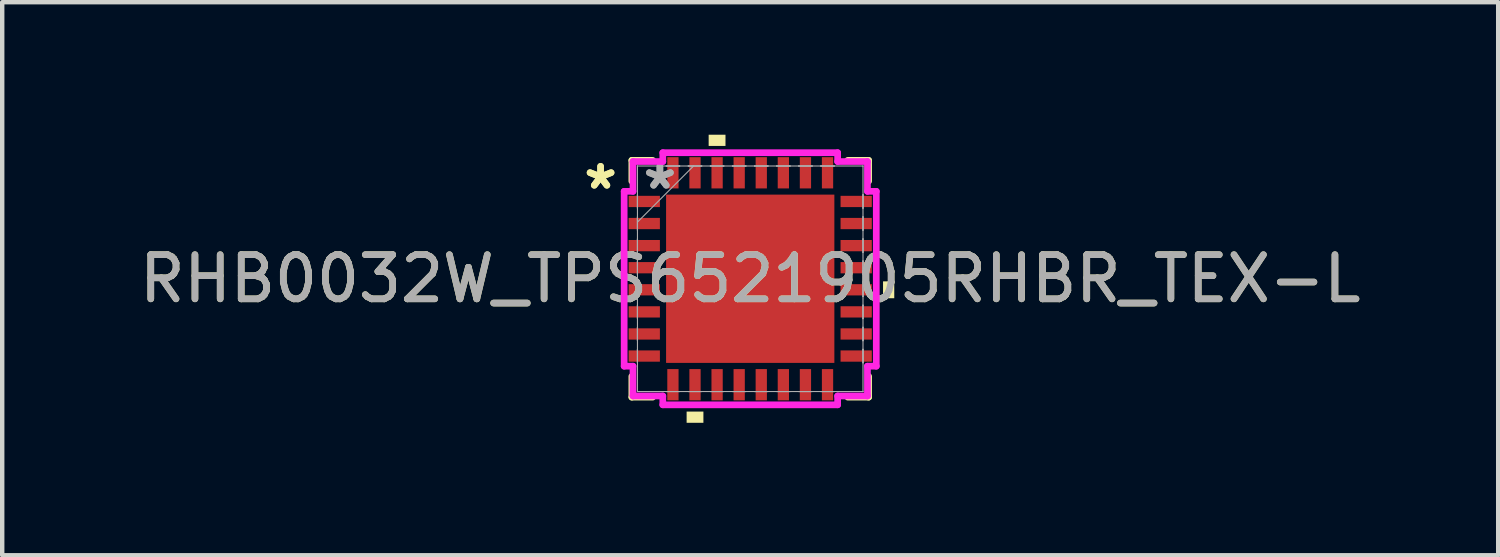
<source format=kicad_pcb>
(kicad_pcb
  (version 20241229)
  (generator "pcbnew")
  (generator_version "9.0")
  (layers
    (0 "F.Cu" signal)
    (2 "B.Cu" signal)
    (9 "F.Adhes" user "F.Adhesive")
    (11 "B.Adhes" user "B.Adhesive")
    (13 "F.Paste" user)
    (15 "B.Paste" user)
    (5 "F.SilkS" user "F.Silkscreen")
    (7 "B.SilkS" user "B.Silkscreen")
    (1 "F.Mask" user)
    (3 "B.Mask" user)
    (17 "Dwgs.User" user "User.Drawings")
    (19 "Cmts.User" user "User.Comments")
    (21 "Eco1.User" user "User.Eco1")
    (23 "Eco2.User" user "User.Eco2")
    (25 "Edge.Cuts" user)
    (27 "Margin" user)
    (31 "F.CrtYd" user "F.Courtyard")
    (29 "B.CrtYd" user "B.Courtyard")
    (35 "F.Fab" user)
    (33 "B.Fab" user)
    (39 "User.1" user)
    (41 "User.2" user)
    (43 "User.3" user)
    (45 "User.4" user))
  (footprint "RHB0032W_TPS6521905RHBR_TEX-L"
    (layer "F.Cu")
    (at 13.935 3.261)
    (property "Reference" "RHB0032W_TPS6521905RHBR_TEX-L" (at 0 0 0) (unlocked yes) (layer "F.SilkS") (effects (font (size 1 1) (thickness 0.15))))
    (attr smd)
    (fp_line (start -2.68 -2.68) (end -2.68 -2.21) (stroke (width 0.152) (type solid)) (layer "F.SilkS"))
    (fp_line (start -2.68 2.21) (end -2.68 2.68) (stroke (width 0.152) (type solid)) (layer "F.SilkS"))
    (fp_line (start -2.68 2.68) (end -2.21 2.68) (stroke (width 0.152) (type solid)) (layer "F.SilkS"))
    (fp_line (start -2.21 -2.68) (end -2.68 -2.68) (stroke (width 0.152) (type solid)) (layer "F.SilkS"))
    (fp_line (start 2.21 2.68) (end 2.68 2.68) (stroke (width 0.152) (type solid)) (layer "F.SilkS"))
    (fp_line (start 2.68 -2.68) (end 2.21 -2.68) (stroke (width 0.152) (type solid)) (layer "F.SilkS"))
    (fp_line (start 2.68 -2.21) (end 2.68 -2.68) (stroke (width 0.152) (type solid)) (layer "F.SilkS"))
    (fp_line (start 2.68 2.68) (end 2.68 2.21) (stroke (width 0.152) (type solid)) (layer "F.SilkS"))
    (fp_poly (pts (xy -1.44 3.007) (xy -1.44 3.261) (xy -1.06 3.261) (xy -1.06 3.007)) (stroke (width 0) (type solid)) (fill yes) (layer "F.SilkS"))
    (fp_poly (pts (xy -0.941 -3.007) (xy -0.941 -3.261) (xy -0.56 -3.261) (xy -0.56 -3.007)) (stroke (width 0) (type solid)) (fill yes) (layer "F.SilkS"))
    (fp_poly (pts (xy 3.261 0.059) (xy 3.261 0.441) (xy 3.007 0.441) (xy 3.007 0.059)) (stroke (width 0) (type solid)) (fill yes) (layer "F.SilkS"))
    (fp_poly (pts (xy -1.805 -1.805) (xy -1.805 -0.735) (xy -0.735 -0.735) (xy -0.735 -1.805)) (stroke (width 0) (type solid)) (fill yes) (layer "F.Paste"))
    (fp_poly (pts (xy -1.805 -0.535) (xy -1.805 0.535) (xy -0.735 0.535) (xy -0.735 -0.535)) (stroke (width 0) (type solid)) (fill yes) (layer "F.Paste"))
    (fp_poly (pts (xy -1.805 0.735) (xy -1.805 1.805) (xy -0.735 1.805) (xy -0.735 0.735)) (stroke (width 0) (type solid)) (fill yes) (layer "F.Paste"))
    (fp_poly (pts (xy -0.535 -1.805) (xy -0.535 -0.735) (xy 0.535 -0.735) (xy 0.535 -1.805)) (stroke (width 0) (type solid)) (fill yes) (layer "F.Paste"))
    (fp_poly (pts (xy -0.535 -0.535) (xy -0.535 0.535) (xy 0.535 0.535) (xy 0.535 -0.535)) (stroke (width 0) (type solid)) (fill yes) (layer "F.Paste"))
    (fp_poly (pts (xy -0.535 0.735) (xy -0.535 1.805) (xy 0.535 1.805) (xy 0.535 0.735)) (stroke (width 0) (type solid)) (fill yes) (layer "F.Paste"))
    (fp_poly (pts (xy 0.735 -1.805) (xy 0.735 -0.735) (xy 1.805 -0.735) (xy 1.805 -1.805)) (stroke (width 0) (type solid)) (fill yes) (layer "F.Paste"))
    (fp_poly (pts (xy 0.735 -0.535) (xy 0.735 0.535) (xy 1.805 0.535) (xy 1.805 -0.535)) (stroke (width 0) (type solid)) (fill yes) (layer "F.Paste"))
    (fp_poly (pts (xy 0.735 0.735) (xy 0.735 1.805) (xy 1.805 1.805) (xy 1.805 0.735)) (stroke (width 0) (type solid)) (fill yes) (layer "F.Paste"))
    (fp_line (start -2.854 -1.979) (end -2.654 -1.979) (stroke (width 0.152) (type solid)) (layer "F.CrtYd"))
    (fp_line (start -2.854 1.979) (end -2.854 -1.979) (stroke (width 0.152) (type solid)) (layer "F.CrtYd"))
    (fp_line (start -2.654 -2.654) (end -1.979 -2.654) (stroke (width 0.152) (type solid)) (layer "F.CrtYd"))
    (fp_line (start -2.654 -1.979) (end -2.654 -2.654) (stroke (width 0.152) (type solid)) (layer "F.CrtYd"))
    (fp_line (start -2.654 1.979) (end -2.854 1.979) (stroke (width 0.152) (type solid)) (layer "F.CrtYd"))
    (fp_line (start -2.654 2.654) (end -2.654 1.979) (stroke (width 0.152) (type solid)) (layer "F.CrtYd"))
    (fp_line (start -1.979 -2.854) (end 1.979 -2.854) (stroke (width 0.152) (type solid)) (layer "F.CrtYd"))
    (fp_line (start -1.979 -2.654) (end -1.979 -2.854) (stroke (width 0.152) (type solid)) (layer "F.CrtYd"))
    (fp_line (start -1.979 2.654) (end -2.654 2.654) (stroke (width 0.152) (type solid)) (layer "F.CrtYd"))
    (fp_line (start -1.979 2.854) (end -1.979 2.654) (stroke (width 0.152) (type solid)) (layer "F.CrtYd"))
    (fp_line (start 1.979 -2.854) (end 1.979 -2.654) (stroke (width 0.152) (type solid)) (layer "F.CrtYd"))
    (fp_line (start 1.979 -2.654) (end 2.654 -2.654) (stroke (width 0.152) (type solid)) (layer "F.CrtYd"))
    (fp_line (start 1.979 2.654) (end 1.979 2.854) (stroke (width 0.152) (type solid)) (layer "F.CrtYd"))
    (fp_line (start 1.979 2.854) (end -1.979 2.854) (stroke (width 0.152) (type solid)) (layer "F.CrtYd"))
    (fp_line (start 2.654 -2.654) (end 2.654 -1.979) (stroke (width 0.152) (type solid)) (layer "F.CrtYd"))
    (fp_line (start 2.654 -1.979) (end 2.854 -1.979) (stroke (width 0.152) (type solid)) (layer "F.CrtYd"))
    (fp_line (start 2.654 1.979) (end 2.654 2.654) (stroke (width 0.152) (type solid)) (layer "F.CrtYd"))
    (fp_line (start 2.654 2.654) (end 1.979 2.654) (stroke (width 0.152) (type solid)) (layer "F.CrtYd"))
    (fp_line (start 2.854 -1.979) (end 2.854 1.979) (stroke (width 0.152) (type solid)) (layer "F.CrtYd"))
    (fp_line (start 2.854 1.979) (end 2.654 1.979) (stroke (width 0.152) (type solid)) (layer "F.CrtYd"))
    (fp_line (start -2.553 -2.553) (end -2.553 -2.553) (stroke (width 0.025) (type solid)) (layer "F.Fab"))
    (fp_line (start -2.553 -2.553) (end -2.553 2.553) (stroke (width 0.025) (type solid)) (layer "F.Fab"))
    (fp_line (start -2.553 -1.902) (end -2.553 -1.902) (stroke (width 0.025) (type solid)) (layer "F.Fab"))
    (fp_line (start -2.553 -1.902) (end -2.553 -1.598) (stroke (width 0.025) (type solid)) (layer "F.Fab"))
    (fp_line (start -2.553 -1.598) (end -2.553 -1.902) (stroke (width 0.025) (type solid)) (layer "F.Fab"))
    (fp_line (start -2.553 -1.598) (end -2.553 -1.598) (stroke (width 0.025) (type solid)) (layer "F.Fab"))
    (fp_line (start -2.553 -1.402) (end -2.553 -1.402) (stroke (width 0.025) (type solid)) (layer "F.Fab"))
    (fp_line (start -2.553 -1.402) (end -2.553 -1.098) (stroke (width 0.025) (type solid)) (layer "F.Fab"))
    (fp_line (start -2.553 -1.283) (end -1.283 -2.553) (stroke (width 0.025) (type solid)) (layer "F.Fab"))
    (fp_line (start -2.553 -1.098) (end -2.553 -1.402) (stroke (width 0.025) (type solid)) (layer "F.Fab"))
    (fp_line (start -2.553 -1.098) (end -2.553 -1.098) (stroke (width 0.025) (type solid)) (layer "F.Fab"))
    (fp_line (start -2.553 -0.902) (end -2.553 -0.902) (stroke (width 0.025) (type solid)) (layer "F.Fab"))
    (fp_line (start -2.553 -0.902) (end -2.553 -0.598) (stroke (width 0.025) (type solid)) (layer "F.Fab"))
    (fp_line (start -2.553 -0.598) (end -2.553 -0.902) (stroke (width 0.025) (type solid)) (layer "F.Fab"))
    (fp_line (start -2.553 -0.598) (end -2.553 -0.598) (stroke (width 0.025) (type solid)) (layer "F.Fab"))
    (fp_line (start -2.553 -0.402) (end -2.553 -0.402) (stroke (width 0.025) (type solid)) (layer "F.Fab"))
    (fp_line (start -2.553 -0.402) (end -2.553 -0.098) (stroke (width 0.025) (type solid)) (layer "F.Fab"))
    (fp_line (start -2.553 -0.098) (end -2.553 -0.402) (stroke (width 0.025) (type solid)) (layer "F.Fab"))
    (fp_line (start -2.553 -0.098) (end -2.553 -0.098) (stroke (width 0.025) (type solid)) (layer "F.Fab"))
    (fp_line (start -2.553 0.098) (end -2.553 0.098) (stroke (width 0.025) (type solid)) (layer "F.Fab"))
    (fp_line (start -2.553 0.098) (end -2.553 0.402) (stroke (width 0.025) (type solid)) (layer "F.Fab"))
    (fp_line (start -2.553 0.402) (end -2.553 0.098) (stroke (width 0.025) (type solid)) (layer "F.Fab"))
    (fp_line (start -2.553 0.402) (end -2.553 0.402) (stroke (width 0.025) (type solid)) (layer "F.Fab"))
    (fp_line (start -2.553 0.598) (end -2.553 0.598) (stroke (width 0.025) (type solid)) (layer "F.Fab"))
    (fp_line (start -2.553 0.598) (end -2.553 0.902) (stroke (width 0.025) (type solid)) (layer "F.Fab"))
    (fp_line (start -2.553 0.902) (end -2.553 0.598) (stroke (width 0.025) (type solid)) (layer "F.Fab"))
    (fp_line (start -2.553 0.902) (end -2.553 0.902) (stroke (width 0.025) (type solid)) (layer "F.Fab"))
    (fp_line (start -2.553 1.098) (end -2.553 1.098) (stroke (width 0.025) (type solid)) (layer "F.Fab"))
    (fp_line (start -2.553 1.098) (end -2.553 1.402) (stroke (width 0.025) (type solid)) (layer "F.Fab"))
    (fp_line (start -2.553 1.402) (end -2.553 1.098) (stroke (width 0.025) (type solid)) (layer "F.Fab"))
    (fp_line (start -2.553 1.402) (end -2.553 1.402) (stroke (width 0.025) (type solid)) (layer "F.Fab"))
    (fp_line (start -2.553 1.598) (end -2.553 1.598) (stroke (width 0.025) (type solid)) (layer "F.Fab"))
    (fp_line (start -2.553 1.598) (end -2.553 1.902) (stroke (width 0.025) (type solid)) (layer "F.Fab"))
    (fp_line (start -2.553 1.902) (end -2.553 1.598) (stroke (width 0.025) (type solid)) (layer "F.Fab"))
    (fp_line (start -2.553 1.902) (end -2.553 1.902) (stroke (width 0.025) (type solid)) (layer "F.Fab"))
    (fp_line (start -2.553 2.553) (end -2.553 2.553) (stroke (width 0.025) (type solid)) (layer "F.Fab"))
    (fp_line (start -2.553 2.553) (end 2.553 2.553) (stroke (width 0.025) (type solid)) (layer "F.Fab"))
    (fp_line (start -1.902 -2.553) (end -1.902 -2.553) (stroke (width 0.025) (type solid)) (layer "F.Fab"))
    (fp_line (start -1.902 -2.553) (end -1.598 -2.553) (stroke (width 0.025) (type solid)) (layer "F.Fab"))
    (fp_line (start -1.902 2.553) (end -1.902 2.553) (stroke (width 0.025) (type solid)) (layer "F.Fab"))
    (fp_line (start -1.902 2.553) (end -1.598 2.553) (stroke (width 0.025) (type solid)) (layer "F.Fab"))
    (fp_line (start -1.598 -2.553) (end -1.902 -2.553) (stroke (width 0.025) (type solid)) (layer "F.Fab"))
    (fp_line (start -1.598 -2.553) (end -1.598 -2.553) (stroke (width 0.025) (type solid)) (layer "F.Fab"))
    (fp_line (start -1.598 2.553) (end -1.902 2.553) (stroke (width 0.025) (type solid)) (layer "F.Fab"))
    (fp_line (start -1.598 2.553) (end -1.598 2.553) (stroke (width 0.025) (type solid)) (layer "F.Fab"))
    (fp_line (start -1.402 -2.553) (end -1.402 -2.553) (stroke (width 0.025) (type solid)) (layer "F.Fab"))
    (fp_line (start -1.402 -2.553) (end -1.098 -2.553) (stroke (width 0.025) (type solid)) (layer "F.Fab"))
    (fp_line (start -1.402 2.553) (end -1.402 2.553) (stroke (width 0.025) (type solid)) (layer "F.Fab"))
    (fp_line (start -1.402 2.553) (end -1.098 2.553) (stroke (width 0.025) (type solid)) (layer "F.Fab"))
    (fp_line (start -1.098 -2.553) (end -1.402 -2.553) (stroke (width 0.025) (type solid)) (layer "F.Fab"))
    (fp_line (start -1.098 -2.553) (end -1.098 -2.553) (stroke (width 0.025) (type solid)) (layer "F.Fab"))
    (fp_line (start -1.098 2.553) (end -1.402 2.553) (stroke (width 0.025) (type solid)) (layer "F.Fab"))
    (fp_line (start -1.098 2.553) (end -1.098 2.553) (stroke (width 0.025) (type solid)) (layer "F.Fab"))
    (fp_line (start -0.902 -2.553) (end -0.902 -2.553) (stroke (width 0.025) (type solid)) (layer "F.Fab"))
    (fp_line (start -0.902 -2.553) (end -0.598 -2.553) (stroke (width 0.025) (type solid)) (layer "F.Fab"))
    (fp_line (start -0.902 2.553) (end -0.902 2.553) (stroke (width 0.025) (type solid)) (layer "F.Fab"))
    (fp_line (start -0.902 2.553) (end -0.598 2.553) (stroke (width 0.025) (type solid)) (layer "F.Fab"))
    (fp_line (start -0.598 -2.553) (end -0.902 -2.553) (stroke (width 0.025) (type solid)) (layer "F.Fab"))
    (fp_line (start -0.598 -2.553) (end -0.598 -2.553) (stroke (width 0.025) (type solid)) (layer "F.Fab"))
    (fp_line (start -0.598 2.553) (end -0.902 2.553) (stroke (width 0.025) (type solid)) (layer "F.Fab"))
    (fp_line (start -0.598 2.553) (end -0.598 2.553) (stroke (width 0.025) (type solid)) (layer "F.Fab"))
    (fp_line (start -0.402 -2.553) (end -0.402 -2.553) (stroke (width 0.025) (type solid)) (layer "F.Fab"))
    (fp_line (start -0.402 -2.553) (end -0.098 -2.553) (stroke (width 0.025) (type solid)) (layer "F.Fab"))
    (fp_line (start -0.402 2.553) (end -0.402 2.553) (stroke (width 0.025) (type solid)) (layer "F.Fab"))
    (fp_line (start -0.402 2.553) (end -0.098 2.553) (stroke (width 0.025) (type solid)) (layer "F.Fab"))
    (fp_line (start -0.098 -2.553) (end -0.402 -2.553) (stroke (width 0.025) (type solid)) (layer "F.Fab"))
    (fp_line (start -0.098 -2.553) (end -0.098 -2.553) (stroke (width 0.025) (type solid)) (layer "F.Fab"))
    (fp_line (start -0.098 2.553) (end -0.402 2.553) (stroke (width 0.025) (type solid)) (layer "F.Fab"))
    (fp_line (start -0.098 2.553) (end -0.098 2.553) (stroke (width 0.025) (type solid)) (layer "F.Fab"))
    (fp_line (start 0.098 -2.553) (end 0.098 -2.553) (stroke (width 0.025) (type solid)) (layer "F.Fab"))
    (fp_line (start 0.098 -2.553) (end 0.402 -2.553) (stroke (width 0.025) (type solid)) (layer "F.Fab"))
    (fp_line (start 0.098 2.553) (end 0.098 2.553) (stroke (width 0.025) (type solid)) (layer "F.Fab"))
    (fp_line (start 0.098 2.553) (end 0.402 2.553) (stroke (width 0.025) (type solid)) (layer "F.Fab"))
    (fp_line (start 0.402 -2.553) (end 0.098 -2.553) (stroke (width 0.025) (type solid)) (layer "F.Fab"))
    (fp_line (start 0.402 -2.553) (end 0.402 -2.553) (stroke (width 0.025) (type solid)) (layer "F.Fab"))
    (fp_line (start 0.402 2.553) (end 0.098 2.553) (stroke (width 0.025) (type solid)) (layer "F.Fab"))
    (fp_line (start 0.402 2.553) (end 0.402 2.553) (stroke (width 0.025) (type solid)) (layer "F.Fab"))
    (fp_line (start 0.598 -2.553) (end 0.598 -2.553) (stroke (width 0.025) (type solid)) (layer "F.Fab"))
    (fp_line (start 0.598 -2.553) (end 0.902 -2.553) (stroke (width 0.025) (type solid)) (layer "F.Fab"))
    (fp_line (start 0.598 2.553) (end 0.598 2.553) (stroke (width 0.025) (type solid)) (layer "F.Fab"))
    (fp_line (start 0.598 2.553) (end 0.902 2.553) (stroke (width 0.025) (type solid)) (layer "F.Fab"))
    (fp_line (start 0.902 -2.553) (end 0.598 -2.553) (stroke (width 0.025) (type solid)) (layer "F.Fab"))
    (fp_line (start 0.902 -2.553) (end 0.902 -2.553) (stroke (width 0.025) (type solid)) (layer "F.Fab"))
    (fp_line (start 0.902 2.553) (end 0.598 2.553) (stroke (width 0.025) (type solid)) (layer "F.Fab"))
    (fp_line (start 0.902 2.553) (end 0.902 2.553) (stroke (width 0.025) (type solid)) (layer "F.Fab"))
    (fp_line (start 1.098 -2.553) (end 1.098 -2.553) (stroke (width 0.025) (type solid)) (layer "F.Fab"))
    (fp_line (start 1.098 -2.553) (end 1.402 -2.553) (stroke (width 0.025) (type solid)) (layer "F.Fab"))
    (fp_line (start 1.098 2.553) (end 1.098 2.553) (stroke (width 0.025) (type solid)) (layer "F.Fab"))
    (fp_line (start 1.098 2.553) (end 1.402 2.553) (stroke (width 0.025) (type solid)) (layer "F.Fab"))
    (fp_line (start 1.402 -2.553) (end 1.098 -2.553) (stroke (width 0.025) (type solid)) (layer "F.Fab"))
    (fp_line (start 1.402 -2.553) (end 1.402 -2.553) (stroke (width 0.025) (type solid)) (layer "F.Fab"))
    (fp_line (start 1.402 2.553) (end 1.098 2.553) (stroke (width 0.025) (type solid)) (layer "F.Fab"))
    (fp_line (start 1.402 2.553) (end 1.402 2.553) (stroke (width 0.025) (type solid)) (layer "F.Fab"))
    (fp_line (start 1.598 -2.553) (end 1.598 -2.553) (stroke (width 0.025) (type solid)) (layer "F.Fab"))
    (fp_line (start 1.598 -2.553) (end 1.902 -2.553) (stroke (width 0.025) (type solid)) (layer "F.Fab"))
    (fp_line (start 1.598 2.553) (end 1.598 2.553) (stroke (width 0.025) (type solid)) (layer "F.Fab"))
    (fp_line (start 1.598 2.553) (end 1.902 2.553) (stroke (width 0.025) (type solid)) (layer "F.Fab"))
    (fp_line (start 1.902 -2.553) (end 1.598 -2.553) (stroke (width 0.025) (type solid)) (layer "F.Fab"))
    (fp_line (start 1.902 -2.553) (end 1.902 -2.553) (stroke (width 0.025) (type solid)) (layer "F.Fab"))
    (fp_line (start 1.902 2.553) (end 1.598 2.553) (stroke (width 0.025) (type solid)) (layer "F.Fab"))
    (fp_line (start 1.902 2.553) (end 1.902 2.553) (stroke (width 0.025) (type solid)) (layer "F.Fab"))
    (fp_line (start 2.553 -2.553) (end -2.553 -2.553) (stroke (width 0.025) (type solid)) (layer "F.Fab"))
    (fp_line (start 2.553 -2.553) (end 2.553 -2.553) (stroke (width 0.025) (type solid)) (layer "F.Fab"))
    (fp_line (start 2.553 -1.902) (end 2.553 -1.902) (stroke (width 0.025) (type solid)) (layer "F.Fab"))
    (fp_line (start 2.553 -1.902) (end 2.553 -1.598) (stroke (width 0.025) (type solid)) (layer "F.Fab"))
    (fp_line (start 2.553 -1.598) (end 2.553 -1.902) (stroke (width 0.025) (type solid)) (layer "F.Fab"))
    (fp_line (start 2.553 -1.598) (end 2.553 -1.598) (stroke (width 0.025) (type solid)) (layer "F.Fab"))
    (fp_line (start 2.553 -1.402) (end 2.553 -1.402) (stroke (width 0.025) (type solid)) (layer "F.Fab"))
    (fp_line (start 2.553 -1.402) (end 2.553 -1.098) (stroke (width 0.025) (type solid)) (layer "F.Fab"))
    (fp_line (start 2.553 -1.098) (end 2.553 -1.402) (stroke (width 0.025) (type solid)) (layer "F.Fab"))
    (fp_line (start 2.553 -1.098) (end 2.553 -1.098) (stroke (width 0.025) (type solid)) (layer "F.Fab"))
    (fp_line (start 2.553 -0.902) (end 2.553 -0.902) (stroke (width 0.025) (type solid)) (layer "F.Fab"))
    (fp_line (start 2.553 -0.902) (end 2.553 -0.598) (stroke (width 0.025) (type solid)) (layer "F.Fab"))
    (fp_line (start 2.553 -0.598) (end 2.553 -0.902) (stroke (width 0.025) (type solid)) (layer "F.Fab"))
    (fp_line (start 2.553 -0.598) (end 2.553 -0.598) (stroke (width 0.025) (type solid)) (layer "F.Fab"))
    (fp_line (start 2.553 -0.402) (end 2.553 -0.402) (stroke (width 0.025) (type solid)) (layer "F.Fab"))
    (fp_line (start 2.553 -0.402) (end 2.553 -0.098) (stroke (width 0.025) (type solid)) (layer "F.Fab"))
    (fp_line (start 2.553 -0.098) (end 2.553 -0.402) (stroke (width 0.025) (type solid)) (layer "F.Fab"))
    (fp_line (start 2.553 -0.098) (end 2.553 -0.098) (stroke (width 0.025) (type solid)) (layer "F.Fab"))
    (fp_line (start 2.553 0.098) (end 2.553 0.098) (stroke (width 0.025) (type solid)) (layer "F.Fab"))
    (fp_line (start 2.553 0.098) (end 2.553 0.402) (stroke (width 0.025) (type solid)) (layer "F.Fab"))
    (fp_line (start 2.553 0.402) (end 2.553 0.098) (stroke (width 0.025) (type solid)) (layer "F.Fab"))
    (fp_line (start 2.553 0.402) (end 2.553 0.402) (stroke (width 0.025) (type solid)) (layer "F.Fab"))
    (fp_line (start 2.553 0.598) (end 2.553 0.598) (stroke (width 0.025) (type solid)) (layer "F.Fab"))
    (fp_line (start 2.553 0.598) (end 2.553 0.902) (stroke (width 0.025) (type solid)) (layer "F.Fab"))
    (fp_line (start 2.553 0.902) (end 2.553 0.598) (stroke (width 0.025) (type solid)) (layer "F.Fab"))
    (fp_line (start 2.553 0.902) (end 2.553 0.902) (stroke (width 0.025) (type solid)) (layer "F.Fab"))
    (fp_line (start 2.553 1.098) (end 2.553 1.098) (stroke (width 0.025) (type solid)) (layer "F.Fab"))
    (fp_line (start 2.553 1.098) (end 2.553 1.402) (stroke (width 0.025) (type solid)) (layer "F.Fab"))
    (fp_line (start 2.553 1.402) (end 2.553 1.098) (stroke (width 0.025) (type solid)) (layer "F.Fab"))
    (fp_line (start 2.553 1.402) (end 2.553 1.402) (stroke (width 0.025) (type solid)) (layer "F.Fab"))
    (fp_line (start 2.553 1.598) (end 2.553 1.598) (stroke (width 0.025) (type solid)) (layer "F.Fab"))
    (fp_line (start 2.553 1.598) (end 2.553 1.902) (stroke (width 0.025) (type solid)) (layer "F.Fab"))
    (fp_line (start 2.553 1.902) (end 2.553 1.598) (stroke (width 0.025) (type solid)) (layer "F.Fab"))
    (fp_line (start 2.553 1.902) (end 2.553 1.902) (stroke (width 0.025) (type solid)) (layer "F.Fab"))
    (fp_line (start 2.553 2.553) (end 2.553 -2.553) (stroke (width 0.025) (type solid)) (layer "F.Fab"))
    (fp_line (start 2.553 2.553) (end 2.553 2.553) (stroke (width 0.025) (type solid)) (layer "F.Fab"))
    (fp_text user "*" (at -3.388 -2 0) (unlocked yes) (layer "F.SilkS") (effects (font (size 1 1) (thickness 0.15))))
    (fp_text user "*" (at -3.388 -2 0) (layer "F.SilkS") (effects (font (size 1 1) (thickness 0.15))))
    (fp_text user "*" (at -2.045 -2 0) (layer "F.Fab") (effects (font (size 1 1) (thickness 0.15))))
    (fp_text user "*" (at -2.045 -2 0) (unlocked yes) (layer "F.Fab") (effects (font (size 1 1) (thickness 0.15))))
    (fp_text user "${REFERENCE}" (at 0 0 0) (unlocked yes) (layer "F.Fab") (effects (font (size 1 1) (thickness 0.15))))
    (pad "1" smd rect (at -2.399 -1.75 90) (size 0.255 0.708) (layers "F.Cu" "F.Mask" "F.Paste"))
    (pad "2" smd rect (at -2.399 -1.25 90) (size 0.255 0.708) (layers "F.Cu" "F.Mask" "F.Paste"))
    (pad "3" smd rect (at -2.399 -0.75 90) (size 0.255 0.708) (layers "F.Cu" "F.Mask" "F.Paste"))
    (pad "4" smd rect (at -2.399 -0.25 90) (size 0.255 0.708) (layers "F.Cu" "F.Mask" "F.Paste"))
    (pad "5" smd rect (at -2.399 0.25 90) (size 0.255 0.708) (layers "F.Cu" "F.Mask" "F.Paste"))
    (pad "6" smd rect (at -2.399 0.75 90) (size 0.255 0.708) (layers "F.Cu" "F.Mask" "F.Paste"))
    (pad "7" smd rect (at -2.399 1.25 90) (size 0.255 0.708) (layers "F.Cu" "F.Mask" "F.Paste"))
    (pad "8" smd rect (at -2.399 1.75 90) (size 0.255 0.708) (layers "F.Cu" "F.Mask" "F.Paste"))
    (pad "9" smd rect (at -1.75 2.399) (size 0.255 0.708) (layers "F.Cu" "F.Mask" "F.Paste"))
    (pad "10" smd rect (at -1.25 2.399) (size 0.255 0.708) (layers "F.Cu" "F.Mask" "F.Paste"))
    (pad "11" smd rect (at -0.75 2.399) (size 0.255 0.708) (layers "F.Cu" "F.Mask" "F.Paste"))
    (pad "12" smd rect (at -0.25 2.399) (size 0.255 0.708) (layers "F.Cu" "F.Mask" "F.Paste"))
    (pad "13" smd rect (at 0.25 2.399) (size 0.255 0.708) (layers "F.Cu" "F.Mask" "F.Paste"))
    (pad "14" smd rect (at 0.75 2.399) (size 0.255 0.708) (layers "F.Cu" "F.Mask" "F.Paste"))
    (pad "15" smd rect (at 1.25 2.399) (size 0.255 0.708) (layers "F.Cu" "F.Mask" "F.Paste"))
    (pad "16" smd rect (at 1.75 2.399) (size 0.255 0.708) (layers "F.Cu" "F.Mask" "F.Paste"))
    (pad "17" smd rect (at 2.399 1.75 90) (size 0.255 0.708) (layers "F.Cu" "F.Mask" "F.Paste"))
    (pad "18" smd rect (at 2.399 1.25 90) (size 0.255 0.708) (layers "F.Cu" "F.Mask" "F.Paste"))
    (pad "19" smd rect (at 2.399 0.75 90) (size 0.255 0.708) (layers "F.Cu" "F.Mask" "F.Paste"))
    (pad "20" smd rect (at 2.399 0.25 90) (size 0.255 0.708) (layers "F.Cu" "F.Mask" "F.Paste"))
    (pad "21" smd rect (at 2.399 -0.25 90) (size 0.255 0.708) (layers "F.Cu" "F.Mask" "F.Paste"))
    (pad "22" smd rect (at 2.399 -0.75 90) (size 0.255 0.708) (layers "F.Cu" "F.Mask" "F.Paste"))
    (pad "23" smd rect (at 2.399 -1.25 90) (size 0.255 0.708) (layers "F.Cu" "F.Mask" "F.Paste"))
    (pad "24" smd rect (at 2.399 -1.75 90) (size 0.255 0.708) (layers "F.Cu" "F.Mask" "F.Paste"))
    (pad "25" smd rect (at 1.75 -2.399) (size 0.255 0.708) (layers "F.Cu" "F.Mask" "F.Paste"))
    (pad "26" smd rect (at 1.25 -2.399) (size 0.255 0.708) (layers "F.Cu" "F.Mask" "F.Paste"))
    (pad "27" smd rect (at 0.75 -2.399) (size 0.255 0.708) (layers "F.Cu" "F.Mask" "F.Paste"))
    (pad "28" smd rect (at 0.25 -2.399) (size 0.255 0.708) (layers "F.Cu" "F.Mask" "F.Paste"))
    (pad "29" smd rect (at -0.25 -2.399) (size 0.255 0.708) (layers "F.Cu" "F.Mask" "F.Paste"))
    (pad "30" smd rect (at -0.75 -2.399) (size 0.255 0.708) (layers "F.Cu" "F.Mask" "F.Paste"))
    (pad "31" smd rect (at -1.25 -2.399) (size 0.255 0.708) (layers "F.Cu" "F.Mask" "F.Paste"))
    (pad "32" smd rect (at -1.75 -2.399) (size 0.255 0.708) (layers "F.Cu" "F.Mask" "F.Paste"))
    (pad "33" smd rect (at 0 0) (size 3.81 3.81) (layers "F.Cu" "F.Mask" "F.Paste")))
  (gr_rect
    (start -3 -3)
    (end 30.869 9.521)
    (stroke (width 0.1) (type default))
    (fill no)
    (layer "Edge.Cuts")))
</source>
